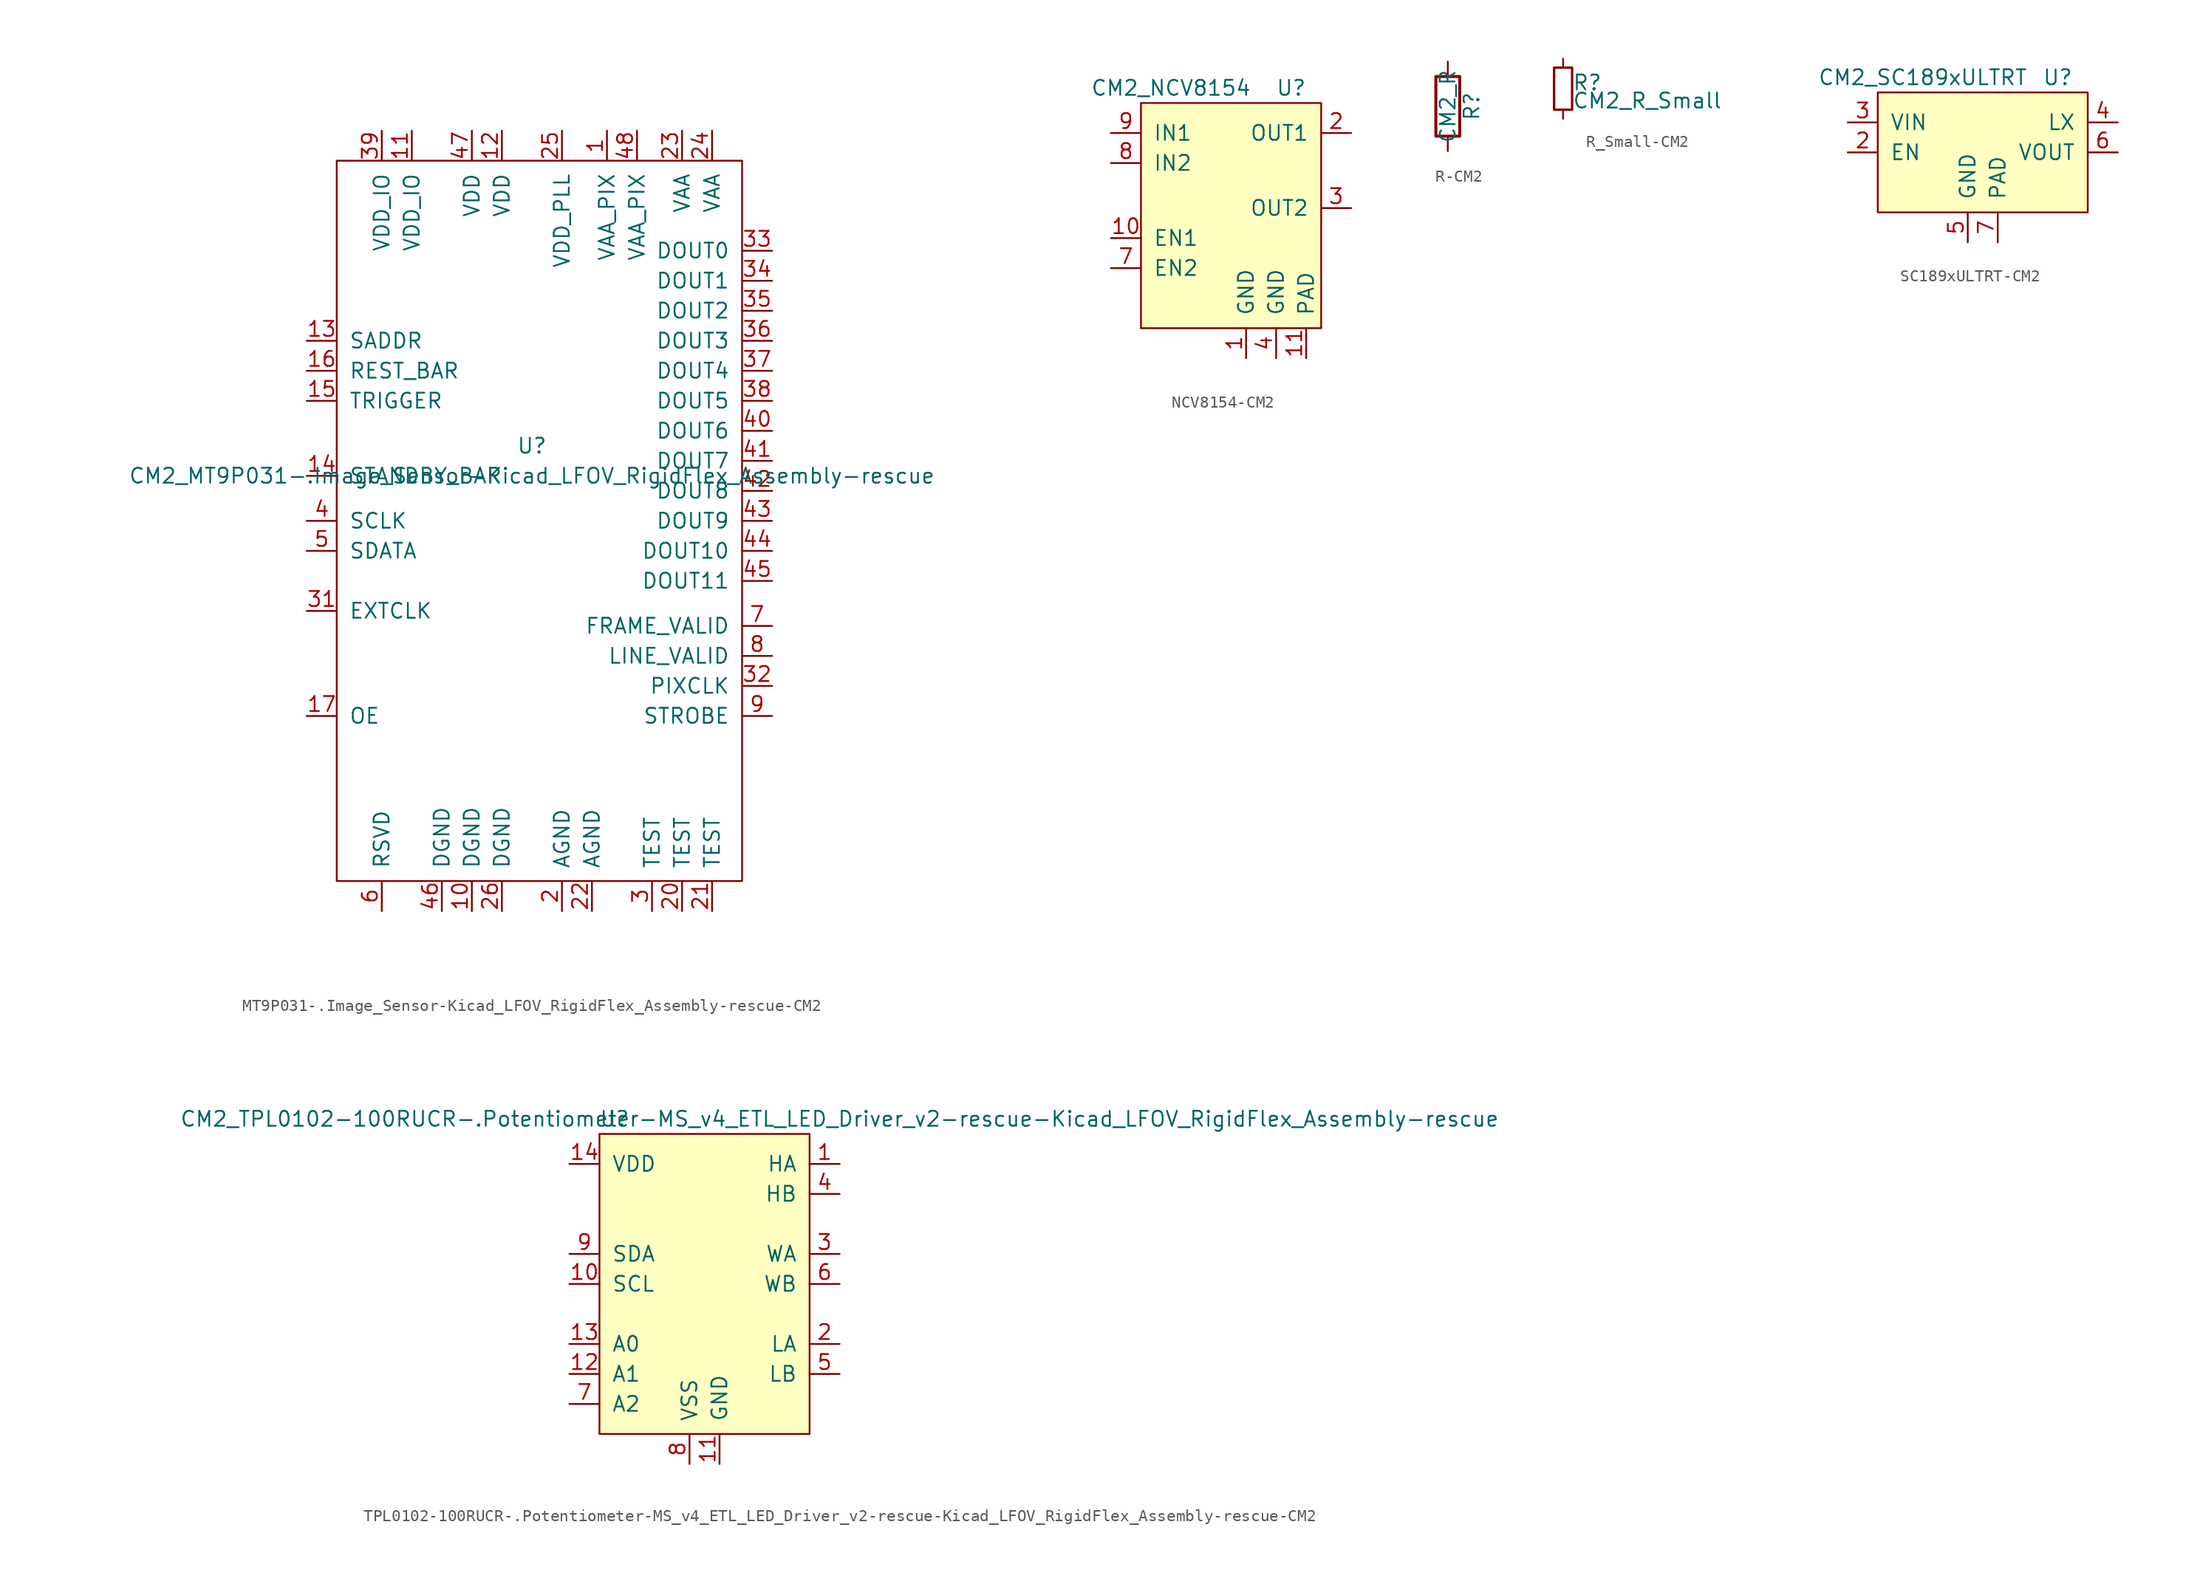
<source format=kicad_sym>
(kicad_symbol_lib
  (version 20231120)
  (generator "kicad_symbol_editor")
  (generator_version "8.0")
  (symbol "MT9P031-.Image_Sensor-Kicad_LFOV_RigidFlex_Assembly-rescue-CM2"
    (pin_names
      (offset 1.016))
    (property "Reference" "U"
      (at 0 0 0)
      (effects (font (size 1.27 1.27))))
    (property "Value" "CM2_MT9P031-.Image_Sensor-Kicad_LFOV_RigidFlex_Assembly-rescue"
      (at 0 -2.54 0)
      (effects (font (size 1.27 1.27))))
    (symbol "MT9P031-.Image_Sensor-Kicad_LFOV_RigidFlex_Assembly-rescue-CM2_0_1"
      (rectangle (start -16.51 24.13) (end 17.78 -36.83) (stroke (width 0) (type solid)) (fill (type none))))
    (symbol "MT9P031-.Image_Sensor-Kicad_LFOV_RigidFlex_Assembly-rescue-CM2_1_1"
      (pin input line (at 6.35 26.67 270) (length 2.54) (name "VAA_PIX" (effects (font (size 1.27 1.27)))) (number "1" (effects (font (size 1.27 1.27)))))
      (pin input line (at -5.08 -39.37 90) (length 2.54) (name "DGND" (effects (font (size 1.27 1.27)))) (number "10" (effects (font (size 1.27 1.27)))))
      (pin input line (at -10.16 26.67 270) (length 2.54) (name "VDD_IO" (effects (font (size 1.27 1.27)))) (number "11" (effects (font (size 1.27 1.27)))))
      (pin input line (at -2.54 26.67 270) (length 2.54) (name "VDD" (effects (font (size 1.27 1.27)))) (number "12" (effects (font (size 1.27 1.27)))))
      (pin input line (at -19.05 8.89 0) (length 2.54) (name "SADDR" (effects (font (size 1.27 1.27)))) (number "13" (effects (font (size 1.27 1.27)))))
      (pin input line (at -19.05 -2.54 0) (length 2.54) (name "STANDBY_BAR" (effects (font (size 1.27 1.27)))) (number "14" (effects (font (size 1.27 1.27)))))
      (pin input line (at -19.05 3.81 0) (length 2.54) (name "TRIGGER" (effects (font (size 1.27 1.27)))) (number "15" (effects (font (size 1.27 1.27)))))
      (pin input line (at -19.05 6.35 0) (length 2.54) (name "REST_BAR" (effects (font (size 1.27 1.27)))) (number "16" (effects (font (size 1.27 1.27)))))
      (pin input line (at -19.05 -22.86 0) (length 2.54) (name "OE" (effects (font (size 1.27 1.27)))) (number "17" (effects (font (size 1.27 1.27)))))
      (pin input line (at 2.54 -39.37 90) (length 2.54) (name "AGND" (effects (font (size 1.27 1.27)))) (number "2" (effects (font (size 1.27 1.27)))))
      (pin input line (at 12.7 -39.37 90) (length 2.54) (name "TEST" (effects (font (size 1.27 1.27)))) (number "20" (effects (font (size 1.27 1.27)))))
      (pin input line (at 15.24 -39.37 90) (length 2.54) (name "TEST" (effects (font (size 1.27 1.27)))) (number "21" (effects (font (size 1.27 1.27)))))
      (pin input line (at 5.08 -39.37 90) (length 2.54) (name "AGND" (effects (font (size 1.27 1.27)))) (number "22" (effects (font (size 1.27 1.27)))))
      (pin input line (at 12.7 26.67 270) (length 2.54) (name "VAA" (effects (font (size 1.27 1.27)))) (number "23" (effects (font (size 1.27 1.27)))))
      (pin input line (at 15.24 26.67 270) (length 2.54) (name "VAA" (effects (font (size 1.27 1.27)))) (number "24" (effects (font (size 1.27 1.27)))))
      (pin input line (at 2.54 26.67 270) (length 2.54) (name "VDD_PLL" (effects (font (size 1.27 1.27)))) (number "25" (effects (font (size 1.27 1.27)))))
      (pin input line (at -2.54 -39.37 90) (length 2.54) (name "DGND" (effects (font (size 1.27 1.27)))) (number "26" (effects (font (size 1.27 1.27)))))
      (pin input line (at 10.16 -39.37 90) (length 2.54) (name "TEST" (effects (font (size 1.27 1.27)))) (number "3" (effects (font (size 1.27 1.27)))))
      (pin input line (at -19.05 -13.97 0) (length 2.54) (name "EXTCLK" (effects (font (size 1.27 1.27)))) (number "31" (effects (font (size 1.27 1.27)))))
      (pin input line (at 20.32 -20.32 180) (length 2.54) (name "PIXCLK" (effects (font (size 1.27 1.27)))) (number "32" (effects (font (size 1.27 1.27)))))
      (pin output line (at 20.32 16.51 180) (length 2.54) (name "DOUT0" (effects (font (size 1.27 1.27)))) (number "33" (effects (font (size 1.27 1.27)))))
      (pin output line (at 20.32 13.97 180) (length 2.54) (name "DOUT1" (effects (font (size 1.27 1.27)))) (number "34" (effects (font (size 1.27 1.27)))))
      (pin output line (at 20.32 11.43 180) (length 2.54) (name "DOUT2" (effects (font (size 1.27 1.27)))) (number "35" (effects (font (size 1.27 1.27)))))
      (pin output line (at 20.32 8.89 180) (length 2.54) (name "DOUT3" (effects (font (size 1.27 1.27)))) (number "36" (effects (font (size 1.27 1.27)))))
      (pin output line (at 20.32 6.35 180) (length 2.54) (name "DOUT4" (effects (font (size 1.27 1.27)))) (number "37" (effects (font (size 1.27 1.27)))))
      (pin output line (at 20.32 3.81 180) (length 2.54) (name "DOUT5" (effects (font (size 1.27 1.27)))) (number "38" (effects (font (size 1.27 1.27)))))
      (pin input line (at -12.7 26.67 270) (length 2.54) (name "VDD_IO" (effects (font (size 1.27 1.27)))) (number "39" (effects (font (size 1.27 1.27)))))
      (pin input line (at -19.05 -6.35 0) (length 2.54) (name "SCLK" (effects (font (size 1.27 1.27)))) (number "4" (effects (font (size 1.27 1.27)))))
      (pin output line (at 20.32 1.27 180) (length 2.54) (name "DOUT6" (effects (font (size 1.27 1.27)))) (number "40" (effects (font (size 1.27 1.27)))))
      (pin output line (at 20.32 -1.27 180) (length 2.54) (name "DOUT7" (effects (font (size 1.27 1.27)))) (number "41" (effects (font (size 1.27 1.27)))))
      (pin output line (at 20.32 -3.81 180) (length 2.54) (name "DOUT8" (effects (font (size 1.27 1.27)))) (number "42" (effects (font (size 1.27 1.27)))))
      (pin output line (at 20.32 -6.35 180) (length 2.54) (name "DOUT9" (effects (font (size 1.27 1.27)))) (number "43" (effects (font (size 1.27 1.27)))))
      (pin output line (at 20.32 -8.89 180) (length 2.54) (name "DOUT10" (effects (font (size 1.27 1.27)))) (number "44" (effects (font (size 1.27 1.27)))))
      (pin output line (at 20.32 -11.43 180) (length 2.54) (name "DOUT11" (effects (font (size 1.27 1.27)))) (number "45" (effects (font (size 1.27 1.27)))))
      (pin input line (at -7.62 -39.37 90) (length 2.54) (name "DGND" (effects (font (size 1.27 1.27)))) (number "46" (effects (font (size 1.27 1.27)))))
      (pin input line (at -5.08 26.67 270) (length 2.54) (name "VDD" (effects (font (size 1.27 1.27)))) (number "47" (effects (font (size 1.27 1.27)))))
      (pin input line (at 8.89 26.67 270) (length 2.54) (name "VAA_PIX" (effects (font (size 1.27 1.27)))) (number "48" (effects (font (size 1.27 1.27)))))
      (pin input line (at -19.05 -8.89 0) (length 2.54) (name "SDATA" (effects (font (size 1.27 1.27)))) (number "5" (effects (font (size 1.27 1.27)))))
      (pin input line (at -12.7 -39.37 90) (length 2.54) (name "RSVD" (effects (font (size 1.27 1.27)))) (number "6" (effects (font (size 1.27 1.27)))))
      (pin input line (at 20.32 -15.24 180) (length 2.54) (name "FRAME_VALID" (effects (font (size 1.27 1.27)))) (number "7" (effects (font (size 1.27 1.27)))))
      (pin input line (at 20.32 -17.78 180) (length 2.54) (name "LINE_VALID" (effects (font (size 1.27 1.27)))) (number "8" (effects (font (size 1.27 1.27)))))
      (pin input line (at 20.32 -22.86 180) (length 2.54) (name "STROBE" (effects (font (size 1.27 1.27)))) (number "9" (effects (font (size 1.27 1.27)))))))
  (symbol "NCV8154-CM2"
    (pin_names
      (offset 1.016))
    (property "Reference" "U"
      (at 5.08 7.62 0)
      (effects (font (size 1.27 1.27))))
    (property "Value" "CM2_NCV8154"
      (at -5.08 7.62 0)
      (effects (font (size 1.27 1.27))))
    (symbol "NCV8154-CM2_0_1"
      (rectangle (start -7.62 6.35) (end 7.62 -12.7) (stroke (width 0) (type solid)) (fill (type background))))
    (symbol "NCV8154-CM2_1_1"
      (pin input line (at 1.27 -15.24 90) (length 2.54) (name "GND" (effects (font (size 1.27 1.27)))) (number "1" (effects (font (size 1.27 1.27)))))
      (pin input line (at -10.16 -5.08 0) (length 2.54) (name "EN1" (effects (font (size 1.27 1.27)))) (number "10" (effects (font (size 1.27 1.27)))))
      (pin input line (at 6.35 -15.24 90) (length 2.54) (name "PAD" (effects (font (size 1.27 1.27)))) (number "11" (effects (font (size 1.27 1.27)))))
      (pin input line (at 10.16 3.81 180) (length 2.54) (name "OUT1" (effects (font (size 1.27 1.27)))) (number "2" (effects (font (size 1.27 1.27)))))
      (pin input line (at 10.16 -2.54 180) (length 2.54) (name "OUT2" (effects (font (size 1.27 1.27)))) (number "3" (effects (font (size 1.27 1.27)))))
      (pin input line (at 3.81 -15.24 90) (length 2.54) (name "GND" (effects (font (size 1.27 1.27)))) (number "4" (effects (font (size 1.27 1.27)))))
      (pin input line (at -10.16 -7.62 0) (length 2.54) (name "EN2" (effects (font (size 1.27 1.27)))) (number "7" (effects (font (size 1.27 1.27)))))
      (pin input line (at -10.16 1.27 0) (length 2.54) (name "IN2" (effects (font (size 1.27 1.27)))) (number "8" (effects (font (size 1.27 1.27)))))
      (pin input line (at -10.16 3.81 0) (length 2.54) (name "IN1" (effects (font (size 1.27 1.27)))) (number "9" (effects (font (size 1.27 1.27)))))))
  (symbol "R-CM2"
    (pin_numbers hide)
    (pin_names
      (offset 0))
    (property "Reference" "R"
      (at 2.032 0 90)
      (effects (font (size 1.27 1.27))))
    (property "Value" "CM2_R"
      (at 0 0 90)
      (effects (font (size 1.27 1.27))))
    (symbol "R-CM2_0_1"
      (rectangle (start -1.016 -2.54) (end 1.016 2.54) (stroke (width 0.254) (type solid)) (fill (type none))))
    (symbol "R-CM2_1_1"
      (pin passive line (at 0 3.81 270) (length 1.27) (name "~" (effects (font (size 1.27 1.27)))) (number "1" (effects (font (size 1.27 1.27)))))
      (pin passive line (at 0 -3.81 90) (length 1.27) (name "~" (effects (font (size 1.27 1.27)))) (number "2" (effects (font (size 1.27 1.27)))))))
  (symbol "R_Small-CM2"
    (pin_numbers hide)
    (pin_names
      (offset 0.254) hide)
    (property "Reference" "R"
      (at 0.762 0.508 0)
      (effects (font (size 1.27 1.27)) (justify left)))
    (property "Value" "CM2_R_Small"
      (at 0.762 -1.016 0)
      (effects (font (size 1.27 1.27)) (justify left)))
    (symbol "R_Small-CM2_0_1"
      (rectangle (start -0.762 1.778) (end 0.762 -1.778) (stroke (width 0.203) (type solid)) (fill (type none))))
    (symbol "R_Small-CM2_1_1"
      (pin passive line (at 0 2.54 270) (length 0.762) (name "~" (effects (font (size 1.27 1.27)))) (number "1" (effects (font (size 1.27 1.27)))))
      (pin passive line (at 0 -2.54 90) (length 0.762) (name "~" (effects (font (size 1.27 1.27)))) (number "2" (effects (font (size 1.27 1.27)))))))
  (symbol "SC189xULTRT-CM2"
    (pin_names
      (offset 1.016))
    (property "Reference" "U"
      (at 6.35 5.08 0)
      (effects (font (size 1.27 1.27))))
    (property "Value" "CM2_SC189xULTRT"
      (at -5.08 5.08 0)
      (effects (font (size 1.27 1.27))))
    (symbol "SC189xULTRT-CM2_0_1"
      (rectangle (start -8.89 3.81) (end 8.89 -6.35) (stroke (width 0) (type solid)) (fill (type background))))
    (symbol "SC189xULTRT-CM2_1_1"
      (pin input line (at -11.43 -1.27 0) (length 2.54) (name "EN" (effects (font (size 1.27 1.27)))) (number "2" (effects (font (size 1.27 1.27)))))
      (pin input line (at -11.43 1.27 0) (length 2.54) (name "VIN" (effects (font (size 1.27 1.27)))) (number "3" (effects (font (size 1.27 1.27)))))
      (pin input line (at 11.43 1.27 180) (length 2.54) (name "LX" (effects (font (size 1.27 1.27)))) (number "4" (effects (font (size 1.27 1.27)))))
      (pin input line (at -1.27 -8.89 90) (length 2.54) (name "GND" (effects (font (size 1.27 1.27)))) (number "5" (effects (font (size 1.27 1.27)))))
      (pin input line (at 11.43 -1.27 180) (length 2.54) (name "VOUT" (effects (font (size 1.27 1.27)))) (number "6" (effects (font (size 1.27 1.27)))))
      (pin input line (at 1.27 -8.89 90) (length 2.54) (name "PAD" (effects (font (size 1.27 1.27)))) (number "7" (effects (font (size 1.27 1.27)))))))
  (symbol "TPL0102-100RUCR-.Potentiometer-MS_v4_ETL_LED_Driver_v2-rescue-Kicad_LFOV_RigidFlex_Assembly-rescue-CM2"
    (pin_names
      (offset 1.016))
    (property "Reference" "U"
      (at -7.62 13.97 0)
      (effects (font (size 1.27 1.27))))
    (property "Value" "CM2_TPL0102-100RUCR-.Potentiometer-MS_v4_ETL_LED_Driver_v2-rescue-Kicad_LFOV_RigidFlex_Assembly-rescue"
      (at 11.43 13.97 0)
      (effects (font (size 1.27 1.27))))
    (symbol "TPL0102-100RUCR-.Potentiometer-MS_v4_ETL_LED_Driver_v2-rescue-Kicad_LFOV_RigidFlex_Assembly-rescue-CM2_0_1"
      (rectangle (start -8.89 12.7) (end 8.89 -12.7) (stroke (width 0) (type solid)) (fill (type background))))
    (symbol "TPL0102-100RUCR-.Potentiometer-MS_v4_ETL_LED_Driver_v2-rescue-Kicad_LFOV_RigidFlex_Assembly-rescue-CM2_1_1"
      (pin bidirectional line (at 11.43 10.16 180) (length 2.54) (name "HA" (effects (font (size 1.27 1.27)))) (number "1" (effects (font (size 1.27 1.27)))))
      (pin input line (at -11.43 0 0) (length 2.54) (name "SCL" (effects (font (size 1.27 1.27)))) (number "10" (effects (font (size 1.27 1.27)))))
      (pin power_in line (at 1.27 -15.24 90) (length 2.54) (name "GND" (effects (font (size 1.27 1.27)))) (number "11" (effects (font (size 1.27 1.27)))))
      (pin input line (at -11.43 -7.62 0) (length 2.54) (name "A1" (effects (font (size 1.27 1.27)))) (number "12" (effects (font (size 1.27 1.27)))))
      (pin input line (at -11.43 -5.08 0) (length 2.54) (name "A0" (effects (font (size 1.27 1.27)))) (number "13" (effects (font (size 1.27 1.27)))))
      (pin power_in line (at -11.43 10.16 0) (length 2.54) (name "VDD" (effects (font (size 1.27 1.27)))) (number "14" (effects (font (size 1.27 1.27)))))
      (pin bidirectional line (at 11.43 -5.08 180) (length 2.54) (name "LA" (effects (font (size 1.27 1.27)))) (number "2" (effects (font (size 1.27 1.27)))))
      (pin bidirectional line (at 11.43 2.54 180) (length 2.54) (name "WA" (effects (font (size 1.27 1.27)))) (number "3" (effects (font (size 1.27 1.27)))))
      (pin bidirectional line (at 11.43 7.62 180) (length 2.54) (name "HB" (effects (font (size 1.27 1.27)))) (number "4" (effects (font (size 1.27 1.27)))))
      (pin bidirectional line (at 11.43 -7.62 180) (length 2.54) (name "LB" (effects (font (size 1.27 1.27)))) (number "5" (effects (font (size 1.27 1.27)))))
      (pin bidirectional line (at 11.43 0 180) (length 2.54) (name "WB" (effects (font (size 1.27 1.27)))) (number "6" (effects (font (size 1.27 1.27)))))
      (pin input line (at -11.43 -10.16 0) (length 2.54) (name "A2" (effects (font (size 1.27 1.27)))) (number "7" (effects (font (size 1.27 1.27)))))
      (pin power_in line (at -1.27 -15.24 90) (length 2.54) (name "VSS" (effects (font (size 1.27 1.27)))) (number "8" (effects (font (size 1.27 1.27)))))
      (pin bidirectional line (at -11.43 2.54 0) (length 2.54) (name "SDA" (effects (font (size 1.27 1.27)))) (number "9" (effects (font (size 1.27 1.27))))))))
</source>
